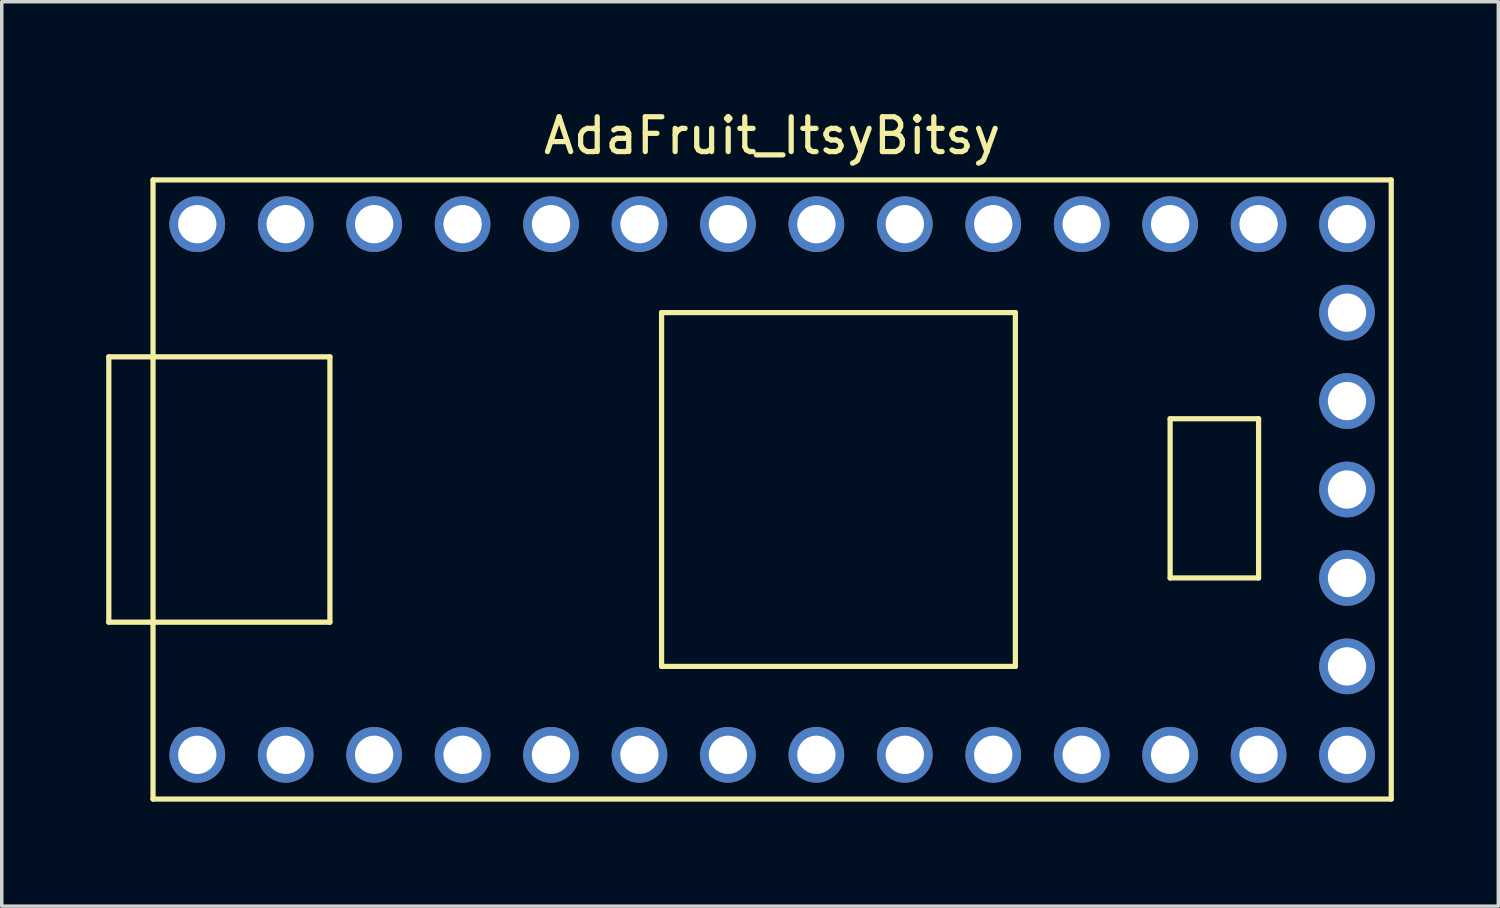
<source format=kicad_pcb>
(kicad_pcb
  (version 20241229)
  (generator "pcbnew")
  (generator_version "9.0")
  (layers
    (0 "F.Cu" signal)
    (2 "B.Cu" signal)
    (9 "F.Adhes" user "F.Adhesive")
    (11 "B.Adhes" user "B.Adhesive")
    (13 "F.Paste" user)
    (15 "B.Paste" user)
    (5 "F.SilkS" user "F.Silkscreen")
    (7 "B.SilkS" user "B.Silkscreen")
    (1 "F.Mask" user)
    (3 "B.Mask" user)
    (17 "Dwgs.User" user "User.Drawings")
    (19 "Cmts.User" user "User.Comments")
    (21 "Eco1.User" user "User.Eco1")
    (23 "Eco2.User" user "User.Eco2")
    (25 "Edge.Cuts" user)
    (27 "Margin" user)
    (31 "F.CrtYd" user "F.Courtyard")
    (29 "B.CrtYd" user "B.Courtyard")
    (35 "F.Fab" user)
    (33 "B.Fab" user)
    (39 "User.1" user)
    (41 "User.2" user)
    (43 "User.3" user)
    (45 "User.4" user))
  (footprint "AdaFruit_ItsyBitsy"
    (layer "F.Cu")
    (at 19.125 11.008)
    (property "Reference" "AdaFruit_ItsyBitsy" (at 0 -10.16 0) (layer "F.SilkS") (effects (font (size 1 1) (thickness 0.15))))
    (attr through_hole)
    (fp_line (start -19.05 -3.81) (end -17.78 -3.81) (stroke (width 0.15) (type solid)) (layer "F.SilkS"))
    (fp_line (start -19.05 3.81) (end -19.05 -3.81) (stroke (width 0.15) (type solid)) (layer "F.SilkS"))
    (fp_line (start -17.78 -8.89) (end 17.78 -8.89) (stroke (width 0.15) (type solid)) (layer "F.SilkS"))
    (fp_line (start -17.78 3.81) (end -19.05 3.81) (stroke (width 0.15) (type solid)) (layer "F.SilkS"))
    (fp_line (start -17.78 8.89) (end -17.78 -8.89) (stroke (width 0.15) (type solid)) (layer "F.SilkS"))
    (fp_line (start -12.7 -3.81) (end -17.78 -3.81) (stroke (width 0.15) (type solid)) (layer "F.SilkS"))
    (fp_line (start -12.7 3.81) (end -17.78 3.81) (stroke (width 0.15) (type solid)) (layer "F.SilkS"))
    (fp_line (start -12.7 3.81) (end -12.7 -3.81) (stroke (width 0.15) (type solid)) (layer "F.SilkS"))
    (fp_line (start -3.175 -5.08) (end -3.175 5.08) (stroke (width 0.15) (type solid)) (layer "F.SilkS"))
    (fp_line (start 6.985 -5.08) (end -3.175 -5.08) (stroke (width 0.15) (type solid)) (layer "F.SilkS"))
    (fp_line (start 6.985 5.08) (end -3.175 5.08) (stroke (width 0.15) (type solid)) (layer "F.SilkS"))
    (fp_line (start 6.985 5.08) (end 6.985 -5.08) (stroke (width 0.15) (type solid)) (layer "F.SilkS"))
    (fp_line (start 11.43 -2.032) (end 13.97 -2.032) (stroke (width 0.15) (type solid)) (layer "F.SilkS"))
    (fp_line (start 11.43 2.54) (end 11.43 -2.032) (stroke (width 0.15) (type solid)) (layer "F.SilkS"))
    (fp_line (start 13.97 -2.032) (end 13.97 2.54) (stroke (width 0.15) (type solid)) (layer "F.SilkS"))
    (fp_line (start 13.97 2.54) (end 11.43 2.54) (stroke (width 0.15) (type solid)) (layer "F.SilkS"))
    (fp_line (start 17.78 -8.89) (end 17.78 8.89) (stroke (width 0.15) (type solid)) (layer "F.SilkS"))
    (fp_line (start 17.78 8.89) (end -17.78 8.89) (stroke (width 0.15) (type solid)) (layer "F.SilkS"))
    (pad "1" thru_hole circle (at -16.51 7.62) (size 1.6 1.6) (drill 1.1) (layers "*.Cu" "*.Mask"))
    (pad "2" thru_hole circle (at -13.97 7.62) (size 1.6 1.6) (drill 1.1) (layers "*.Cu" "*.Mask"))
    (pad "3" thru_hole circle (at -11.43 7.62) (size 1.6 1.6) (drill 1.1) (layers "*.Cu" "*.Mask"))
    (pad "4" thru_hole circle (at -8.89 7.62) (size 1.6 1.6) (drill 1.1) (layers "*.Cu" "*.Mask"))
    (pad "5" thru_hole circle (at -6.35 7.62) (size 1.6 1.6) (drill 1.1) (layers "*.Cu" "*.Mask"))
    (pad "6" thru_hole circle (at -3.81 7.62) (size 1.6 1.6) (drill 1.1) (layers "*.Cu" "*.Mask"))
    (pad "7" thru_hole circle (at -1.27 7.62) (size 1.6 1.6) (drill 1.1) (layers "*.Cu" "*.Mask"))
    (pad "8" thru_hole circle (at 1.27 7.62) (size 1.6 1.6) (drill 1.1) (layers "*.Cu" "*.Mask"))
    (pad "9" thru_hole circle (at 3.81 7.62) (size 1.6 1.6) (drill 1.1) (layers "*.Cu" "*.Mask"))
    (pad "10" thru_hole circle (at 6.35 7.62) (size 1.6 1.6) (drill 1.1) (layers "*.Cu" "*.Mask"))
    (pad "11" thru_hole circle (at 8.89 7.62) (size 1.6 1.6) (drill 1.1) (layers "*.Cu" "*.Mask"))
    (pad "12" thru_hole circle (at 11.43 7.62) (size 1.6 1.6) (drill 1.1) (layers "*.Cu" "*.Mask"))
    (pad "13" thru_hole circle (at 13.97 7.62) (size 1.6 1.6) (drill 1.1) (layers "*.Cu" "*.Mask"))
    (pad "14" thru_hole circle (at 16.51 7.62) (size 1.6 1.6) (drill 1.1) (layers "*.Cu" "*.Mask"))
    (pad "15" thru_hole circle (at 16.51 5.08) (size 1.6 1.6) (drill 1.1) (layers "*.Cu" "*.Mask"))
    (pad "16" thru_hole circle (at 16.51 2.54) (size 1.6 1.6) (drill 1.1) (layers "*.Cu" "*.Mask"))
    (pad "17" thru_hole circle (at 16.51 0) (size 1.6 1.6) (drill 1.1) (layers "*.Cu" "*.Mask"))
    (pad "18" thru_hole circle (at 16.51 -2.54) (size 1.6 1.6) (drill 1.1) (layers "*.Cu" "*.Mask"))
    (pad "19" thru_hole circle (at 16.51 -5.08) (size 1.6 1.6) (drill 1.1) (layers "*.Cu" "*.Mask"))
    (pad "20" thru_hole circle (at 16.51 -7.62) (size 1.6 1.6) (drill 1.1) (layers "*.Cu" "*.Mask"))
    (pad "21" thru_hole circle (at 13.97 -7.62) (size 1.6 1.6) (drill 1.1) (layers "*.Cu" "*.Mask"))
    (pad "22" thru_hole circle (at 11.43 -7.62) (size 1.6 1.6) (drill 1.1) (layers "*.Cu" "*.Mask"))
    (pad "23" thru_hole circle (at 8.89 -7.62) (size 1.6 1.6) (drill 1.1) (layers "*.Cu" "*.Mask"))
    (pad "24" thru_hole circle (at 6.35 -7.62) (size 1.6 1.6) (drill 1.1) (layers "*.Cu" "*.Mask"))
    (pad "25" thru_hole circle (at 3.81 -7.62) (size 1.6 1.6) (drill 1.1) (layers "*.Cu" "*.Mask"))
    (pad "26" thru_hole circle (at 1.27 -7.62) (size 1.6 1.6) (drill 1.1) (layers "*.Cu" "*.Mask"))
    (pad "27" thru_hole circle (at -1.27 -7.62) (size 1.6 1.6) (drill 1.1) (layers "*.Cu" "*.Mask"))
    (pad "28" thru_hole circle (at -3.81 -7.62) (size 1.6 1.6) (drill 1.1) (layers "*.Cu" "*.Mask"))
    (pad "29" thru_hole circle (at -6.35 -7.62) (size 1.6 1.6) (drill 1.1) (layers "*.Cu" "*.Mask"))
    (pad "30" thru_hole circle (at -8.89 -7.62) (size 1.6 1.6) (drill 1.1) (layers "*.Cu" "*.Mask"))
    (pad "31" thru_hole circle (at -11.43 -7.62) (size 1.6 1.6) (drill 1.1) (layers "*.Cu" "*.Mask"))
    (pad "32" thru_hole circle (at -13.97 -7.62) (size 1.6 1.6) (drill 1.1) (layers "*.Cu" "*.Mask"))
    (pad "33" thru_hole circle (at -16.51 -7.62) (size 1.6 1.6) (drill 1.1) (layers "*.Cu" "*.Mask")))
  (gr_rect
    (start -3 -3)
    (end 39.98 22.973)
    (stroke (width 0.1) (type default))
    (fill no)
    (layer "Edge.Cuts")))
</source>
